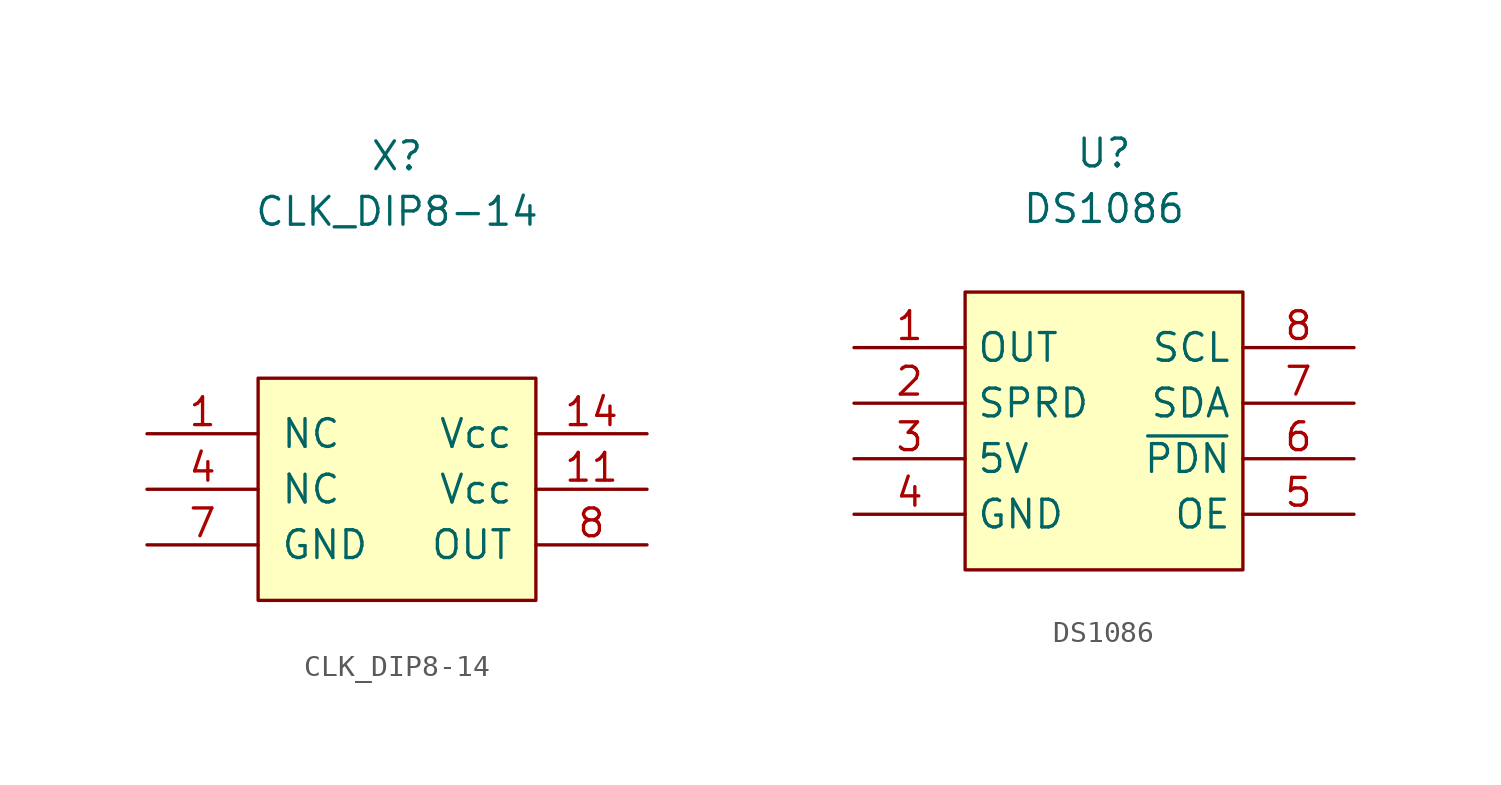
<source format=kicad_sym>
(kicad_symbol_lib
  (version 20220914)
  (generator kicad_symbol_editor)
  (symbol "CLK_DIP8-14"
    (pin_names
      (offset 1.016))
    (property "Reference" "X"
      (at 0 15.24 0)
      (effects (font (size 1.27 1.27))))
    (property "Value" "CLK_DIP8-14"
      (at 0 12.7 0)
      (effects (font (size 1.27 1.27))))
    (symbol "CLK_DIP8-14_0_1"
      (rectangle (start -6.35 5.08) (end 6.35 -5.08) (stroke (width 0) (type solid)) (fill (type background))))
    (symbol "CLK_DIP8-14_1_1"
      (pin passive line (at -11.43 2.54 0) (length 5.08) (name "NC" (effects (font (size 1.27 1.27)))) (number "1" (effects (font (size 1.27 1.27)))))
      (pin passive line (at 11.43 0 180) (length 5.08) (name "Vcc" (effects (font (size 1.27 1.27)))) (number "11" (effects (font (size 1.27 1.27)))))
      (pin passive line (at 11.43 2.54 180) (length 5.08) (name "Vcc" (effects (font (size 1.27 1.27)))) (number "14" (effects (font (size 1.27 1.27)))))
      (pin passive line (at -11.43 0 0) (length 5.08) (name "NC" (effects (font (size 1.27 1.27)))) (number "4" (effects (font (size 1.27 1.27)))))
      (pin passive line (at -11.43 -2.54 0) (length 5.08) (name "GND" (effects (font (size 1.27 1.27)))) (number "7" (effects (font (size 1.27 1.27)))))
      (pin passive line (at 11.43 -2.54 180) (length 5.08) (name "OUT" (effects (font (size 1.27 1.27)))) (number "8" (effects (font (size 1.27 1.27)))))))
  (symbol "DS1086"
    (property "Reference" "U"
      (at 0 12.7 0)
      (effects (font (size 1.27 1.27))))
    (property "Value" "DS1086"
      (at 0 10.16 0)
      (effects (font (size 1.27 1.27))))
    (symbol "DS1086_1_1"
      (rectangle (start -6.35 6.35) (end 6.35 -6.35) (stroke (width 0) (type default)) (fill (type background)))
      (pin passive line (at -11.43 3.81 0) (length 5.08) (name "OUT" (effects (font (size 1.27 1.27)))) (number "1" (effects (font (size 1.27 1.27)))))
      (pin passive line (at -11.43 1.27 0) (length 5.08) (name "SPRD" (effects (font (size 1.27 1.27)))) (number "2" (effects (font (size 1.27 1.27)))))
      (pin passive line (at -11.43 -1.27 0) (length 5.08) (name "5V" (effects (font (size 1.27 1.27)))) (number "3" (effects (font (size 1.27 1.27)))))
      (pin passive line (at -11.43 -3.81 0) (length 5.08) (name "GND" (effects (font (size 1.27 1.27)))) (number "4" (effects (font (size 1.27 1.27)))))
      (pin passive line (at 11.43 -3.81 180) (length 5.08) (name "OE" (effects (font (size 1.27 1.27)))) (number "5" (effects (font (size 1.27 1.27)))))
      (pin passive line (at 11.43 -1.27 180) (length 5.08) (name "~{PDN}" (effects (font (size 1.27 1.27)))) (number "6" (effects (font (size 1.27 1.27)))))
      (pin passive line (at 11.43 1.27 180) (length 5.08) (name "SDA" (effects (font (size 1.27 1.27)))) (number "7" (effects (font (size 1.27 1.27)))))
      (pin passive line (at 11.43 3.81 180) (length 5.08) (name "SCL" (effects (font (size 1.27 1.27)))) (number "8" (effects (font (size 1.27 1.27))))))))
</source>
